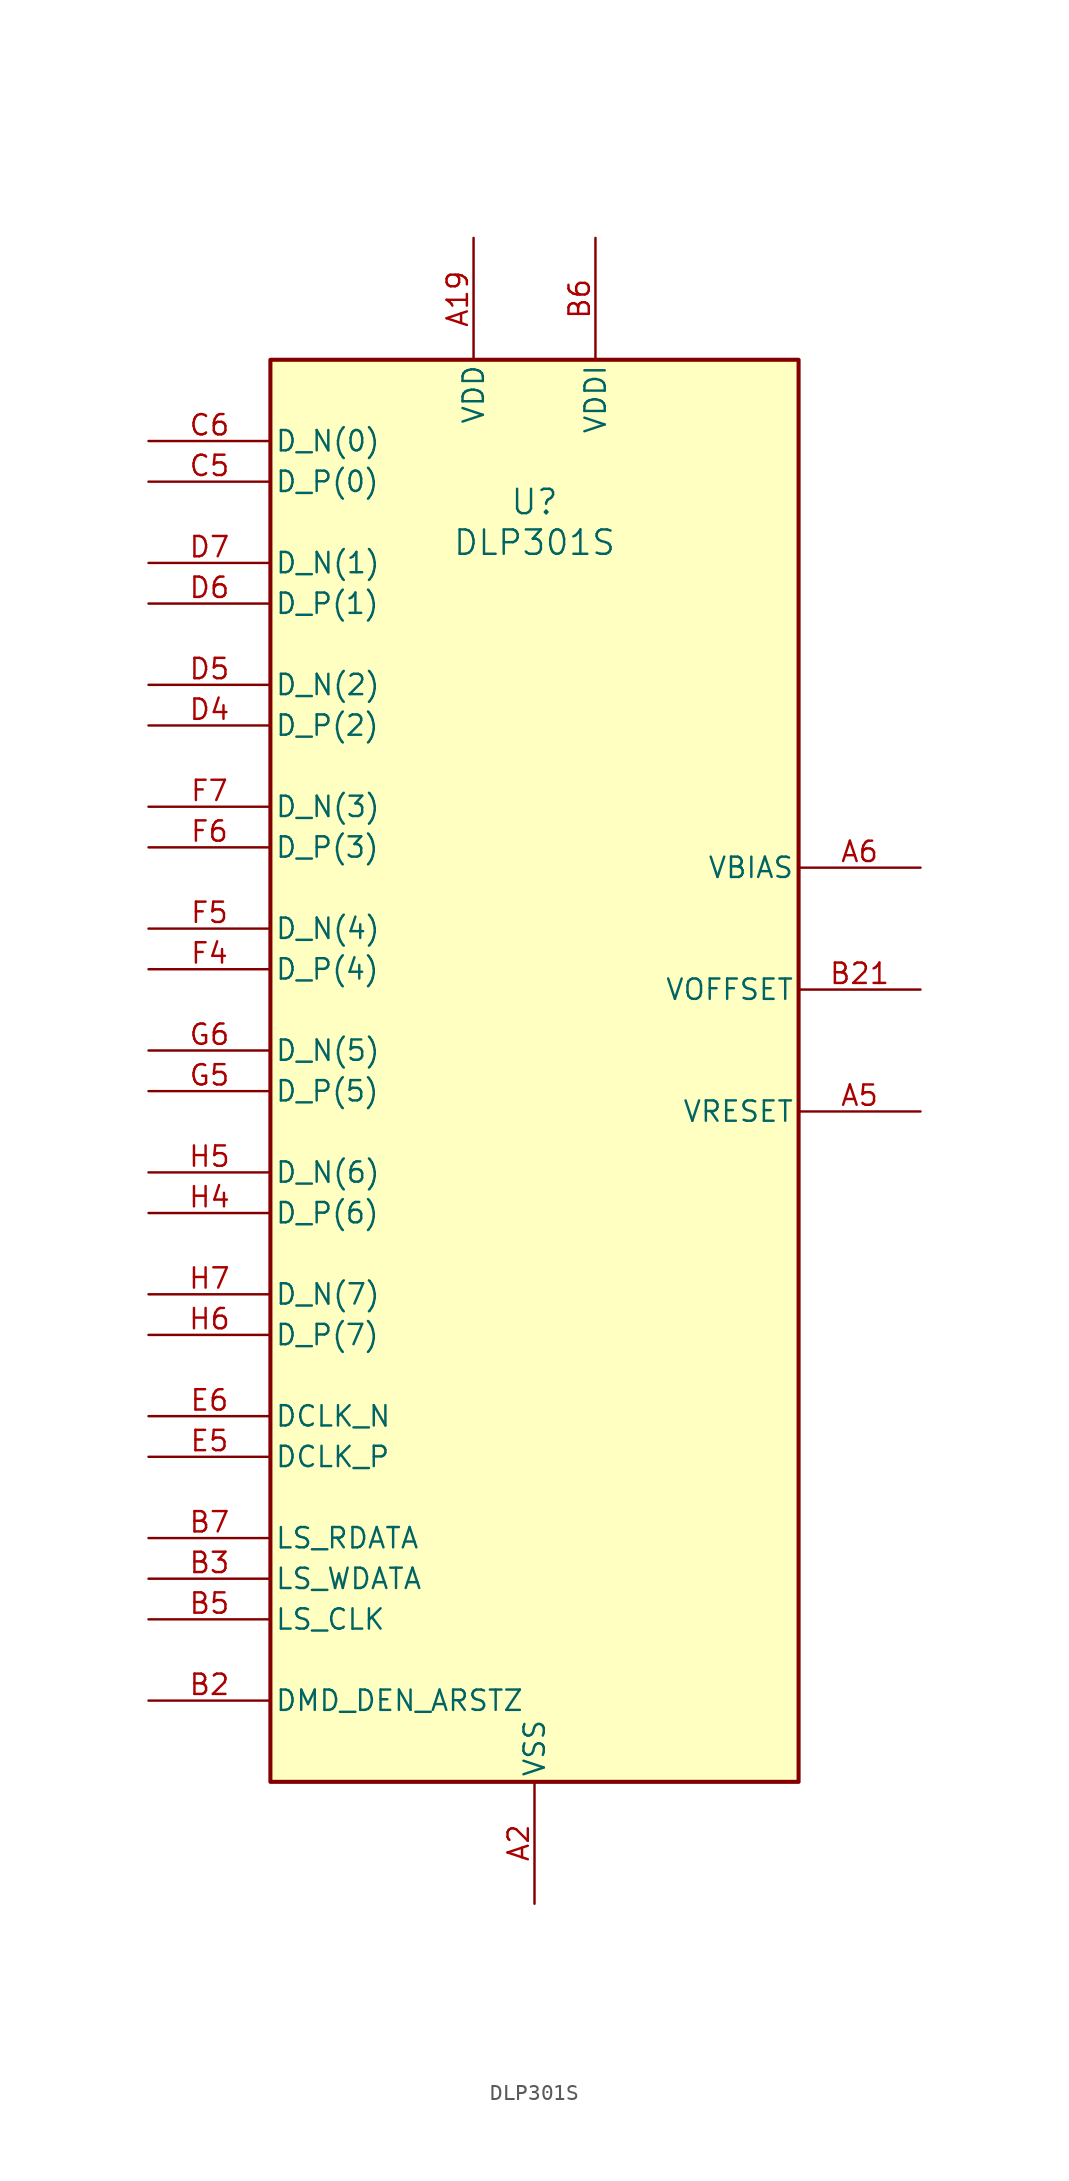
<source format=kicad_sym>
(kicad_symbol_lib
  (version 20241209)
  (generator "kicad_symbol_editor")
  (generator_version "9.0")
  (symbol "DLP301S"
    (pin_names
      (offset 0.254))
    (property "Reference" "U"
      (at 0 31.75 0)
      (effects (font (size 1.524 1.524))))
    (property "Value" "DLP301S"
      (at 0 29.21 0)
      (effects (font (size 1.524 1.524))))
    (symbol "DLP301S_1_1"
      (rectangle (start -16.51 40.64) (end 16.51 -48.26) (stroke (width 0.254) (type solid)) (fill (type background)))
      (pin input line (at -24.13 35.56 0) (length 7.62) (name "D_N(0)" (effects (font (size 1.27 1.27)))) (number "C6" (effects (font (size 1.27 1.27)))))
      (pin input line (at -24.13 33.02 0) (length 7.62) (name "D_P(0)" (effects (font (size 1.27 1.27)))) (number "C5" (effects (font (size 1.27 1.27)))))
      (pin input line (at -24.13 27.94 0) (length 7.62) (name "D_N(1)" (effects (font (size 1.27 1.27)))) (number "D7" (effects (font (size 1.27 1.27)))))
      (pin input line (at -24.13 25.4 0) (length 7.62) (name "D_P(1)" (effects (font (size 1.27 1.27)))) (number "D6" (effects (font (size 1.27 1.27)))))
      (pin input line (at -24.13 20.32 0) (length 7.62) (name "D_N(2)" (effects (font (size 1.27 1.27)))) (number "D5" (effects (font (size 1.27 1.27)))))
      (pin input line (at -24.13 17.78 0) (length 7.62) (name "D_P(2)" (effects (font (size 1.27 1.27)))) (number "D4" (effects (font (size 1.27 1.27)))))
      (pin input line (at -24.13 12.7 0) (length 7.62) (name "D_N(3)" (effects (font (size 1.27 1.27)))) (number "F7" (effects (font (size 1.27 1.27)))))
      (pin input line (at -24.13 10.16 0) (length 7.62) (name "D_P(3)" (effects (font (size 1.27 1.27)))) (number "F6" (effects (font (size 1.27 1.27)))))
      (pin input line (at -24.13 5.08 0) (length 7.62) (name "D_N(4)" (effects (font (size 1.27 1.27)))) (number "F5" (effects (font (size 1.27 1.27)))))
      (pin input line (at -24.13 2.54 0) (length 7.62) (name "D_P(4)" (effects (font (size 1.27 1.27)))) (number "F4" (effects (font (size 1.27 1.27)))))
      (pin input line (at -24.13 -2.54 0) (length 7.62) (name "D_N(5)" (effects (font (size 1.27 1.27)))) (number "G6" (effects (font (size 1.27 1.27)))))
      (pin input line (at -24.13 -5.08 0) (length 7.62) (name "D_P(5)" (effects (font (size 1.27 1.27)))) (number "G5" (effects (font (size 1.27 1.27)))))
      (pin input line (at -24.13 -10.16 0) (length 7.62) (name "D_N(6)" (effects (font (size 1.27 1.27)))) (number "H5" (effects (font (size 1.27 1.27)))))
      (pin input line (at -24.13 -12.7 0) (length 7.62) (name "D_P(6)" (effects (font (size 1.27 1.27)))) (number "H4" (effects (font (size 1.27 1.27)))))
      (pin input line (at -24.13 -17.78 0) (length 7.62) (name "D_N(7)" (effects (font (size 1.27 1.27)))) (number "H7" (effects (font (size 1.27 1.27)))))
      (pin input line (at -24.13 -20.32 0) (length 7.62) (name "D_P(7)" (effects (font (size 1.27 1.27)))) (number "H6" (effects (font (size 1.27 1.27)))))
      (pin input line (at -24.13 -25.4 0) (length 7.62) (name "DCLK_N" (effects (font (size 1.27 1.27)))) (number "E6" (effects (font (size 1.27 1.27)))))
      (pin input line (at -24.13 -27.94 0) (length 7.62) (name "DCLK_P" (effects (font (size 1.27 1.27)))) (number "E5" (effects (font (size 1.27 1.27)))))
      (pin output line (at -24.13 -33.02 0) (length 7.62) (name "LS_RDATA" (effects (font (size 1.27 1.27)))) (number "B7" (effects (font (size 1.27 1.27)))))
      (pin input line (at -24.13 -35.56 0) (length 7.62) (name "LS_WDATA" (effects (font (size 1.27 1.27)))) (number "B3" (effects (font (size 1.27 1.27)))))
      (pin input line (at -24.13 -38.1 0) (length 7.62) (name "LS_CLK" (effects (font (size 1.27 1.27)))) (number "B5" (effects (font (size 1.27 1.27)))))
      (pin input line (at -24.13 -43.18 0) (length 7.62) (name "DMD_DEN_ARSTZ" (effects (font (size 1.27 1.27)))) (number "B2" (effects (font (size 1.27 1.27)))))
      (pin power_in line (at -3.81 48.26 270) (length 7.62) (name "VDD" (effects (font (size 1.27 1.27)))) (number "A19" (effects (font (size 1.27 1.27)))))
      (pin power_in line (at -3.81 48.26 270) (length 7.62) (hide yes) (name "VDD" (effects (font (size 1.27 1.27)))) (number "A20" (effects (font (size 1.27 1.27)))))
      (pin power_in line (at -3.81 48.26 270) (length 7.62) (hide yes) (name "VDD" (effects (font (size 1.27 1.27)))) (number "A21" (effects (font (size 1.27 1.27)))))
      (pin power_in line (at -3.81 48.26 270) (length 7.62) (hide yes) (name "VDD" (effects (font (size 1.27 1.27)))) (number "B20" (effects (font (size 1.27 1.27)))))
      (pin power_in line (at -3.81 48.26 270) (length 7.62) (hide yes) (name "VDD" (effects (font (size 1.27 1.27)))) (number "C2" (effects (font (size 1.27 1.27)))))
      (pin power_in line (at -3.81 48.26 270) (length 7.62) (hide yes) (name "VDD" (effects (font (size 1.27 1.27)))) (number "D2" (effects (font (size 1.27 1.27)))))
      (pin power_in line (at -3.81 48.26 270) (length 7.62) (hide yes) (name "VDD" (effects (font (size 1.27 1.27)))) (number "D23" (effects (font (size 1.27 1.27)))))
      (pin power_in line (at -3.81 48.26 270) (length 7.62) (hide yes) (name "VDD" (effects (font (size 1.27 1.27)))) (number "D3" (effects (font (size 1.27 1.27)))))
      (pin power_in line (at -3.81 48.26 270) (length 7.62) (hide yes) (name "VDD" (effects (font (size 1.27 1.27)))) (number "E2" (effects (font (size 1.27 1.27)))))
      (pin power_in line (at -3.81 48.26 270) (length 7.62) (hide yes) (name "VDD" (effects (font (size 1.27 1.27)))) (number "F2" (effects (font (size 1.27 1.27)))))
      (pin power_in line (at -3.81 48.26 270) (length 7.62) (hide yes) (name "VDD" (effects (font (size 1.27 1.27)))) (number "F23" (effects (font (size 1.27 1.27)))))
      (pin power_in line (at -3.81 48.26 270) (length 7.62) (hide yes) (name "VDD" (effects (font (size 1.27 1.27)))) (number "F3" (effects (font (size 1.27 1.27)))))
      (pin no_connect line (at -1.27 21.59 0) (length 7.62) (hide yes) (name "NC" (effects (font (size 1.27 1.27)))) (number "C20" (effects (font (size 1.27 1.27)))))
      (pin no_connect line (at -1.27 19.05 0) (length 7.62) (hide yes) (name "NC" (effects (font (size 1.27 1.27)))) (number "C21" (effects (font (size 1.27 1.27)))))
      (pin no_connect line (at -1.27 16.51 0) (length 7.62) (hide yes) (name "NC" (effects (font (size 1.27 1.27)))) (number "D20" (effects (font (size 1.27 1.27)))))
      (pin no_connect line (at -1.27 13.97 0) (length 7.62) (hide yes) (name "NC" (effects (font (size 1.27 1.27)))) (number "D19" (effects (font (size 1.27 1.27)))))
      (pin no_connect line (at -1.27 11.43 0) (length 7.62) (hide yes) (name "NC" (effects (font (size 1.27 1.27)))) (number "D21" (effects (font (size 1.27 1.27)))))
      (pin no_connect line (at -1.27 8.89 0) (length 7.62) (hide yes) (name "NC" (effects (font (size 1.27 1.27)))) (number "D22" (effects (font (size 1.27 1.27)))))
      (pin no_connect line (at -1.27 6.35 0) (length 7.62) (hide yes) (name "NC" (effects (font (size 1.27 1.27)))) (number "F20" (effects (font (size 1.27 1.27)))))
      (pin no_connect line (at -1.27 3.81 0) (length 7.62) (hide yes) (name "NC" (effects (font (size 1.27 1.27)))) (number "F19" (effects (font (size 1.27 1.27)))))
      (pin no_connect line (at -1.27 1.27 0) (length 7.62) (hide yes) (name "NC" (effects (font (size 1.27 1.27)))) (number "F22" (effects (font (size 1.27 1.27)))))
      (pin no_connect line (at -1.27 -1.27 0) (length 7.62) (hide yes) (name "NC" (effects (font (size 1.27 1.27)))) (number "F21" (effects (font (size 1.27 1.27)))))
      (pin no_connect line (at -1.27 -3.81 0) (length 7.62) (hide yes) (name "NC" (effects (font (size 1.27 1.27)))) (number "G21" (effects (font (size 1.27 1.27)))))
      (pin no_connect line (at -1.27 -6.35 0) (length 7.62) (hide yes) (name "NC" (effects (font (size 1.27 1.27)))) (number "G20" (effects (font (size 1.27 1.27)))))
      (pin no_connect line (at -1.27 -8.89 0) (length 7.62) (hide yes) (name "NC" (effects (font (size 1.27 1.27)))) (number "H22" (effects (font (size 1.27 1.27)))))
      (pin no_connect line (at -1.27 -11.43 0) (length 7.62) (hide yes) (name "NC" (effects (font (size 1.27 1.27)))) (number "H21" (effects (font (size 1.27 1.27)))))
      (pin no_connect line (at -1.27 -13.97 0) (length 7.62) (hide yes) (name "NC" (effects (font (size 1.27 1.27)))) (number "H20" (effects (font (size 1.27 1.27)))))
      (pin no_connect line (at -1.27 -16.51 0) (length 7.62) (hide yes) (name "NC" (effects (font (size 1.27 1.27)))) (number "H19" (effects (font (size 1.27 1.27)))))
      (pin no_connect line (at -1.27 -19.05 0) (length 7.62) (hide yes) (name "NC" (effects (font (size 1.27 1.27)))) (number "E21" (effects (font (size 1.27 1.27)))))
      (pin no_connect line (at -1.27 -21.59 0) (length 7.62) (hide yes) (name "NC" (effects (font (size 1.27 1.27)))) (number "E20" (effects (font (size 1.27 1.27)))))
      (pin no_connect line (at -1.27 -24.13 0) (length 7.62) (hide yes) (name "NC" (effects (font (size 1.27 1.27)))) (number "B4" (effects (font (size 1.27 1.27)))))
      (pin power_in line (at 0 -55.88 90) (length 7.62) (name "VSS" (effects (font (size 1.27 1.27)))) (number "A2" (effects (font (size 1.27 1.27)))))
      (pin power_in line (at 0 -55.88 90) (length 7.62) (hide yes) (name "VSS" (effects (font (size 1.27 1.27)))) (number "A24" (effects (font (size 1.27 1.27)))))
      (pin power_in line (at 0 -55.88 90) (length 7.62) (hide yes) (name "VSS" (effects (font (size 1.27 1.27)))) (number "A3" (effects (font (size 1.27 1.27)))))
      (pin power_in line (at 0 -55.88 90) (length 7.62) (hide yes) (name "VSS" (effects (font (size 1.27 1.27)))) (number "A4" (effects (font (size 1.27 1.27)))))
      (pin power_in line (at 0 -55.88 90) (length 7.62) (hide yes) (name "VSS" (effects (font (size 1.27 1.27)))) (number "A7" (effects (font (size 1.27 1.27)))))
      (pin power_in line (at 0 -55.88 90) (length 7.62) (hide yes) (name "VSS" (effects (font (size 1.27 1.27)))) (number "B22" (effects (font (size 1.27 1.27)))))
      (pin power_in line (at 0 -55.88 90) (length 7.62) (hide yes) (name "VSS" (effects (font (size 1.27 1.27)))) (number "B23" (effects (font (size 1.27 1.27)))))
      (pin power_in line (at 0 -55.88 90) (length 7.62) (hide yes) (name "VSS" (effects (font (size 1.27 1.27)))) (number "B24" (effects (font (size 1.27 1.27)))))
      (pin power_in line (at 0 -55.88 90) (length 7.62) (hide yes) (name "VSS" (effects (font (size 1.27 1.27)))) (number "C19" (effects (font (size 1.27 1.27)))))
      (pin power_in line (at 0 -55.88 90) (length 7.62) (hide yes) (name "VSS" (effects (font (size 1.27 1.27)))) (number "C22" (effects (font (size 1.27 1.27)))))
      (pin power_in line (at 0 -55.88 90) (length 7.62) (hide yes) (name "VSS" (effects (font (size 1.27 1.27)))) (number "C4" (effects (font (size 1.27 1.27)))))
      (pin power_in line (at 0 -55.88 90) (length 7.62) (hide yes) (name "VSS" (effects (font (size 1.27 1.27)))) (number "C7" (effects (font (size 1.27 1.27)))))
      (pin power_in line (at 0 -55.88 90) (length 7.62) (hide yes) (name "VSS" (effects (font (size 1.27 1.27)))) (number "E19" (effects (font (size 1.27 1.27)))))
      (pin power_in line (at 0 -55.88 90) (length 7.62) (hide yes) (name "VSS" (effects (font (size 1.27 1.27)))) (number "E22" (effects (font (size 1.27 1.27)))))
      (pin power_in line (at 0 -55.88 90) (length 7.62) (hide yes) (name "VSS" (effects (font (size 1.27 1.27)))) (number "E4" (effects (font (size 1.27 1.27)))))
      (pin power_in line (at 0 -55.88 90) (length 7.62) (hide yes) (name "VSS" (effects (font (size 1.27 1.27)))) (number "E7" (effects (font (size 1.27 1.27)))))
      (pin power_in line (at 0 -55.88 90) (length 7.62) (hide yes) (name "VSS" (effects (font (size 1.27 1.27)))) (number "G19" (effects (font (size 1.27 1.27)))))
      (pin power_in line (at 0 -55.88 90) (length 7.62) (hide yes) (name "VSS" (effects (font (size 1.27 1.27)))) (number "G22" (effects (font (size 1.27 1.27)))))
      (pin power_in line (at 0 -55.88 90) (length 7.62) (hide yes) (name "VSS" (effects (font (size 1.27 1.27)))) (number "G24" (effects (font (size 1.27 1.27)))))
      (pin power_in line (at 0 -55.88 90) (length 7.62) (hide yes) (name "VSS" (effects (font (size 1.27 1.27)))) (number "G4" (effects (font (size 1.27 1.27)))))
      (pin power_in line (at 0 -55.88 90) (length 7.62) (hide yes) (name "VSS" (effects (font (size 1.27 1.27)))) (number "G7" (effects (font (size 1.27 1.27)))))
      (pin power_in line (at 0 -55.88 90) (length 7.62) (hide yes) (name "VSS" (effects (font (size 1.27 1.27)))) (number "H2" (effects (font (size 1.27 1.27)))))
      (pin power_in line (at 0 -55.88 90) (length 7.62) (hide yes) (name "VSS" (effects (font (size 1.27 1.27)))) (number "H23" (effects (font (size 1.27 1.27)))))
      (pin power_in line (at 0 -55.88 90) (length 7.62) (hide yes) (name "VSS" (effects (font (size 1.27 1.27)))) (number "H24" (effects (font (size 1.27 1.27)))))
      (pin power_in line (at 0 -55.88 90) (length 7.62) (hide yes) (name "VSS" (effects (font (size 1.27 1.27)))) (number "H3" (effects (font (size 1.27 1.27)))))
      (pin power_in line (at 3.81 48.26 270) (length 7.62) (hide yes) (name "VDDI" (effects (font (size 1.27 1.27)))) (number "B19" (effects (font (size 1.27 1.27)))))
      (pin power_in line (at 3.81 48.26 270) (length 7.62) (name "VDDI" (effects (font (size 1.27 1.27)))) (number "B6" (effects (font (size 1.27 1.27)))))
      (pin power_in line (at 3.81 48.26 270) (length 7.62) (hide yes) (name "VDDI" (effects (font (size 1.27 1.27)))) (number "C23" (effects (font (size 1.27 1.27)))))
      (pin power_in line (at 3.81 48.26 270) (length 7.62) (hide yes) (name "VDDI" (effects (font (size 1.27 1.27)))) (number "C3" (effects (font (size 1.27 1.27)))))
      (pin power_in line (at 3.81 48.26 270) (length 7.62) (hide yes) (name "VDDI" (effects (font (size 1.27 1.27)))) (number "E23" (effects (font (size 1.27 1.27)))))
      (pin power_in line (at 3.81 48.26 270) (length 7.62) (hide yes) (name "VDDI" (effects (font (size 1.27 1.27)))) (number "E3" (effects (font (size 1.27 1.27)))))
      (pin power_in line (at 3.81 48.26 270) (length 7.62) (hide yes) (name "VDDI" (effects (font (size 1.27 1.27)))) (number "G23" (effects (font (size 1.27 1.27)))))
      (pin power_in line (at 3.81 48.26 270) (length 7.62) (hide yes) (name "VDDI" (effects (font (size 1.27 1.27)))) (number "G3" (effects (font (size 1.27 1.27)))))
      (pin power_in line (at 24.13 8.89 180) (length 7.62) (hide yes) (name "VBIAS" (effects (font (size 1.27 1.27)))) (number "A22" (effects (font (size 1.27 1.27)))))
      (pin power_in line (at 24.13 8.89 180) (length 7.62) (name "VBIAS" (effects (font (size 1.27 1.27)))) (number "A6" (effects (font (size 1.27 1.27)))))
      (pin power_in line (at 24.13 1.27 180) (length 7.62) (name "VOFFSET" (effects (font (size 1.27 1.27)))) (number "B21" (effects (font (size 1.27 1.27)))))
      (pin power_in line (at 24.13 1.27 180) (length 7.62) (hide yes) (name "VOFFSET" (effects (font (size 1.27 1.27)))) (number "G2" (effects (font (size 1.27 1.27)))))
      (pin power_in line (at 24.13 -6.35 180) (length 7.62) (hide yes) (name "VRESET" (effects (font (size 1.27 1.27)))) (number "A23" (effects (font (size 1.27 1.27)))))
      (pin power_in line (at 24.13 -6.35 180) (length 7.62) (name "VRESET" (effects (font (size 1.27 1.27)))) (number "A5" (effects (font (size 1.27 1.27))))))))
</source>
